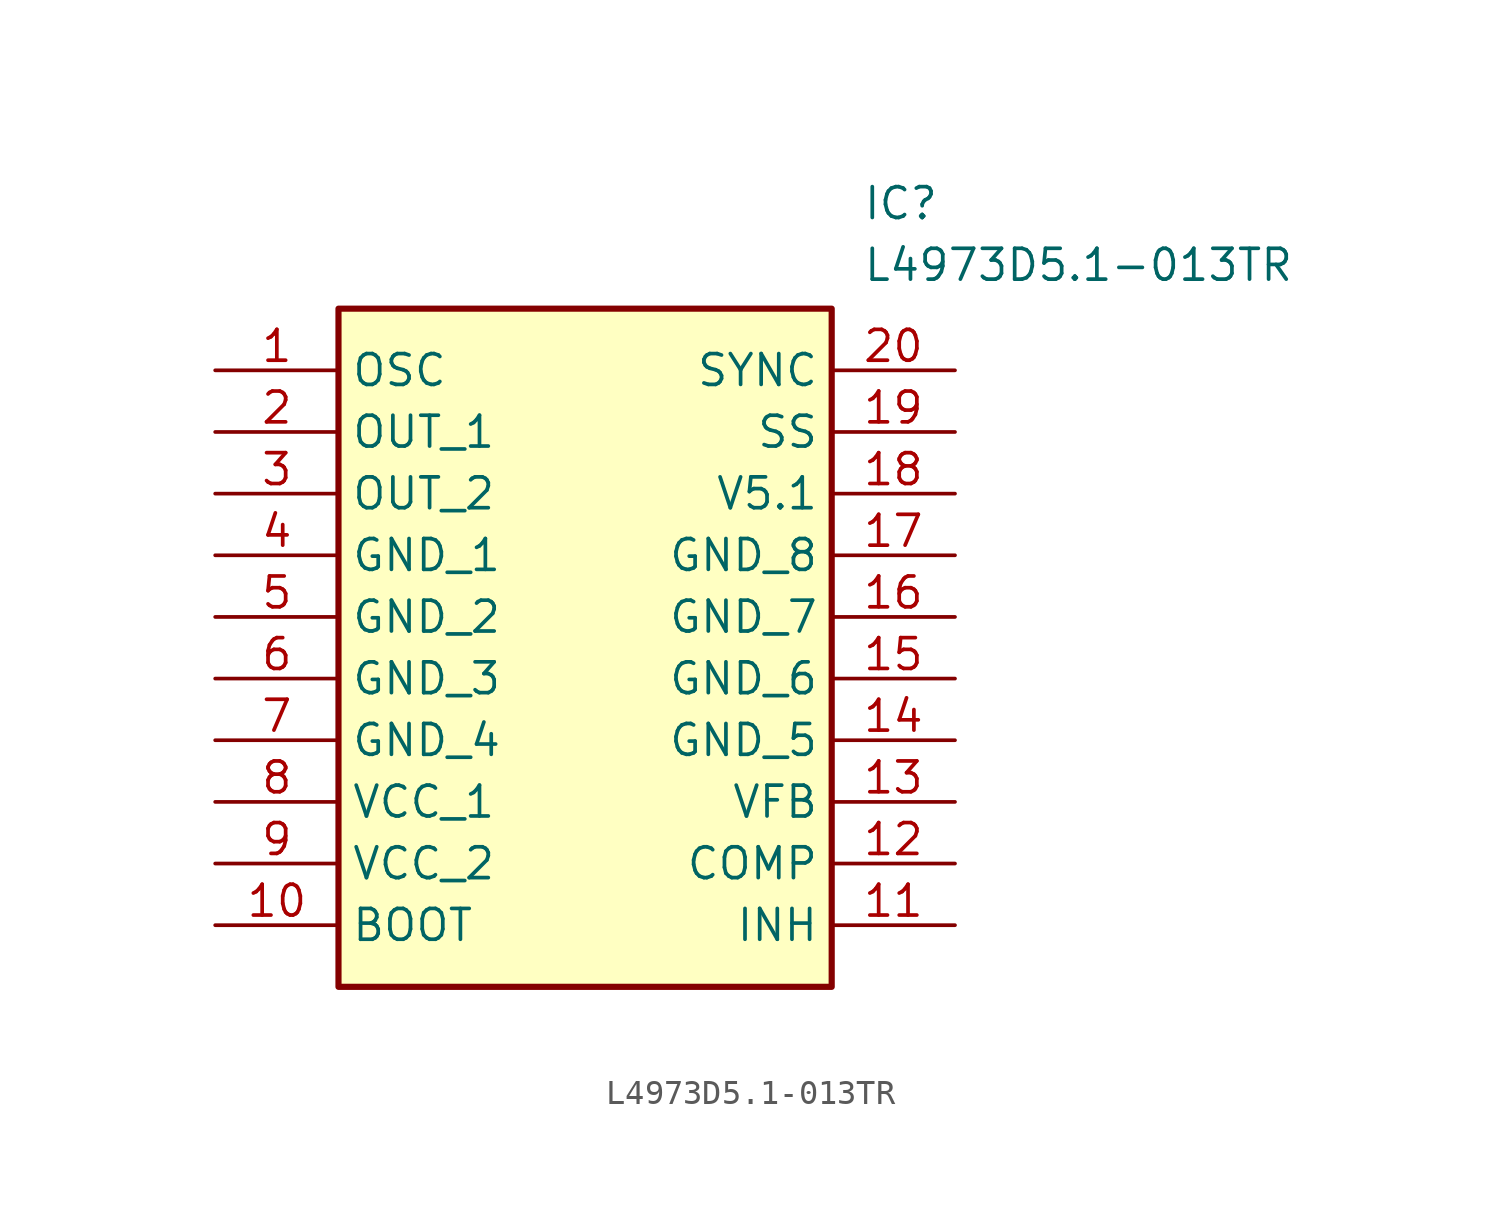
<source format=kicad_sym>
(kicad_symbol_lib
  (version 20211014)
  (generator SamacSys_ECAD_Model)
  (symbol "L4973D5.1-013TR"
    (property "Reference" "IC"
      (at 26.67 7.62 0)
      (effects (font (size 1.27 1.27)) (justify left top)))
    (property "Value" "L4973D5.1-013TR"
      (at 26.67 5.08 0)
      (effects (font (size 1.27 1.27)) (justify left top)))
    (rectangle
      (start 5.08 2.54)
      (end 25.4 -25.4)
      (stroke (width 0.254) (type default))
      (fill (type background)))
    (pin passive line
      (at 0 0 0)
      (length 5.08)
      (name "OSC" (effects (font (size 1.27 1.27))))
      (number "1" (effects (font (size 1.27 1.27)))))
    (pin passive line
      (at 0 -2.54 0)
      (length 5.08)
      (name "OUT_1" (effects (font (size 1.27 1.27))))
      (number "2" (effects (font (size 1.27 1.27)))))
    (pin passive line
      (at 0 -5.08 0)
      (length 5.08)
      (name "OUT_2" (effects (font (size 1.27 1.27))))
      (number "3" (effects (font (size 1.27 1.27)))))
    (pin passive line
      (at 0 -7.62 0)
      (length 5.08)
      (name "GND_1" (effects (font (size 1.27 1.27))))
      (number "4" (effects (font (size 1.27 1.27)))))
    (pin passive line
      (at 0 -10.16 0)
      (length 5.08)
      (name "GND_2" (effects (font (size 1.27 1.27))))
      (number "5" (effects (font (size 1.27 1.27)))))
    (pin passive line
      (at 0 -12.7 0)
      (length 5.08)
      (name "GND_3" (effects (font (size 1.27 1.27))))
      (number "6" (effects (font (size 1.27 1.27)))))
    (pin passive line
      (at 0 -15.24 0)
      (length 5.08)
      (name "GND_4" (effects (font (size 1.27 1.27))))
      (number "7" (effects (font (size 1.27 1.27)))))
    (pin passive line
      (at 0 -17.78 0)
      (length 5.08)
      (name "VCC_1" (effects (font (size 1.27 1.27))))
      (number "8" (effects (font (size 1.27 1.27)))))
    (pin passive line
      (at 0 -20.32 0)
      (length 5.08)
      (name "VCC_2" (effects (font (size 1.27 1.27))))
      (number "9" (effects (font (size 1.27 1.27)))))
    (pin passive line
      (at 0 -22.86 0)
      (length 5.08)
      (name "BOOT" (effects (font (size 1.27 1.27))))
      (number "10" (effects (font (size 1.27 1.27)))))
    (pin passive line
      (at 30.48 0 180)
      (length 5.08)
      (name "SYNC" (effects (font (size 1.27 1.27))))
      (number "20" (effects (font (size 1.27 1.27)))))
    (pin passive line
      (at 30.48 -2.54 180)
      (length 5.08)
      (name "SS" (effects (font (size 1.27 1.27))))
      (number "19" (effects (font (size 1.27 1.27)))))
    (pin passive line
      (at 30.48 -5.08 180)
      (length 5.08)
      (name "V5.1" (effects (font (size 1.27 1.27))))
      (number "18" (effects (font (size 1.27 1.27)))))
    (pin passive line
      (at 30.48 -7.62 180)
      (length 5.08)
      (name "GND_8" (effects (font (size 1.27 1.27))))
      (number "17" (effects (font (size 1.27 1.27)))))
    (pin passive line
      (at 30.48 -10.16 180)
      (length 5.08)
      (name "GND_7" (effects (font (size 1.27 1.27))))
      (number "16" (effects (font (size 1.27 1.27)))))
    (pin passive line
      (at 30.48 -12.7 180)
      (length 5.08)
      (name "GND_6" (effects (font (size 1.27 1.27))))
      (number "15" (effects (font (size 1.27 1.27)))))
    (pin passive line
      (at 30.48 -15.24 180)
      (length 5.08)
      (name "GND_5" (effects (font (size 1.27 1.27))))
      (number "14" (effects (font (size 1.27 1.27)))))
    (pin passive line
      (at 30.48 -17.78 180)
      (length 5.08)
      (name "VFB" (effects (font (size 1.27 1.27))))
      (number "13" (effects (font (size 1.27 1.27)))))
    (pin passive line
      (at 30.48 -20.32 180)
      (length 5.08)
      (name "COMP" (effects (font (size 1.27 1.27))))
      (number "12" (effects (font (size 1.27 1.27)))))
    (pin passive line
      (at 30.48 -22.86 180)
      (length 5.08)
      (name "INH" (effects (font (size 1.27 1.27))))
      (number "11" (effects (font (size 1.27 1.27)))))))
</source>
